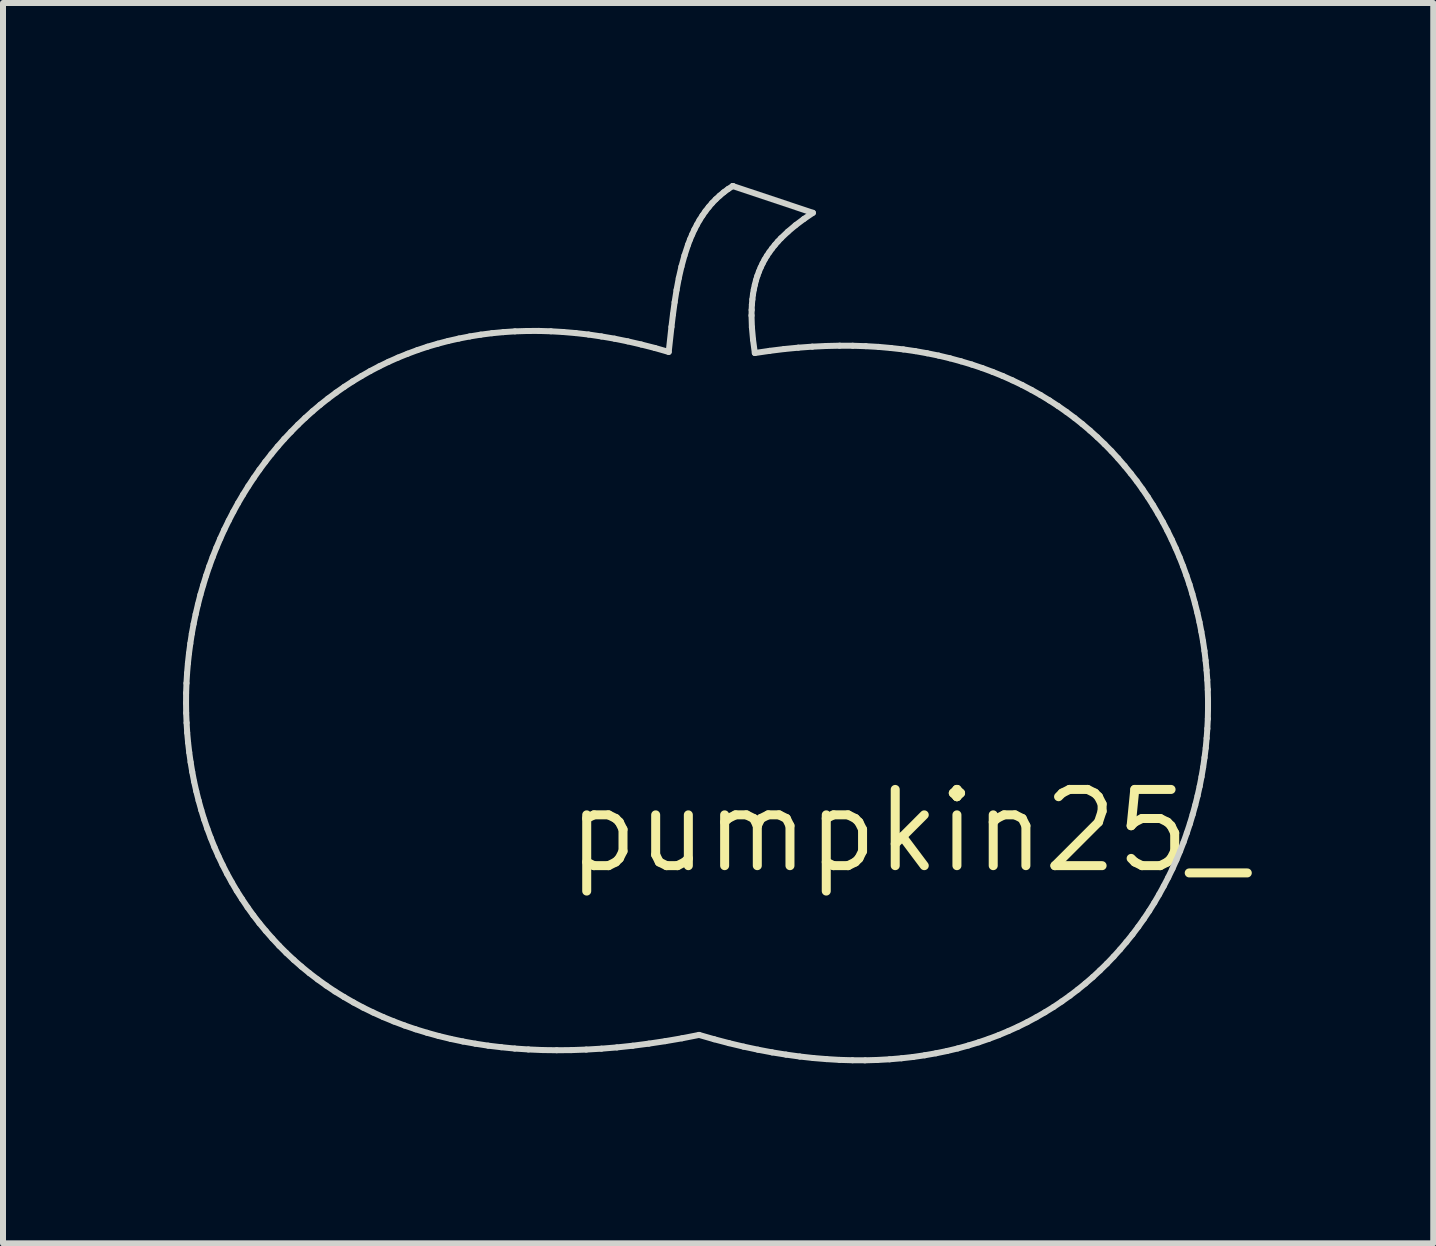
<source format=kicad_pcb>
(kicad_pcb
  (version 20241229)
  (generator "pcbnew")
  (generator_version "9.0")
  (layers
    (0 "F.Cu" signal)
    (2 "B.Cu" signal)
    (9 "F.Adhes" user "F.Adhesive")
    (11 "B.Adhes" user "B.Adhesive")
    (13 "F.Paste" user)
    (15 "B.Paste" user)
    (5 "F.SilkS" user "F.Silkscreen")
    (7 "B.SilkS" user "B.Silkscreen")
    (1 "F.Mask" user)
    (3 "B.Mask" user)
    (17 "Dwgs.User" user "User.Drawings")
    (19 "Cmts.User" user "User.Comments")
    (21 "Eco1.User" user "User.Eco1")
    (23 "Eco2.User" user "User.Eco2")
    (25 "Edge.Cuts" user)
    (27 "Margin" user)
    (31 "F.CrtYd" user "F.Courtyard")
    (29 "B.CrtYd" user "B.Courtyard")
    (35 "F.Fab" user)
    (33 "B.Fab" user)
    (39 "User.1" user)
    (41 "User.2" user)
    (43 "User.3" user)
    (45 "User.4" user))
  (footprint "pumpkin25_"
    (layer "F.Cu")
    (at 12.078 10.794)
    (property "Reference" "pumpkin25_" (at 0 0 0) (layer "F.SilkS") (effects (font (size 1.27 1.27) (thickness 0.15))))
    (attr through_hole)
    (fp_line (start -12.028 -2.13) (end -12.026 -1.965) (stroke (width 0.1) (type solid)) (layer "Edge.Cuts"))
    (fp_line (start -12.027 -2.296) (end -12.028 -2.13) (stroke (width 0.1) (type solid)) (layer "Edge.Cuts"))
    (fp_line (start -12.026 -1.965) (end -12.019 -1.8) (stroke (width 0.1) (type solid)) (layer "Edge.Cuts"))
    (fp_line (start -12.021 -2.461) (end -12.027 -2.296) (stroke (width 0.1) (type solid)) (layer "Edge.Cuts"))
    (fp_line (start -12.019 -1.8) (end -12.009 -1.636) (stroke (width 0.1) (type solid)) (layer "Edge.Cuts"))
    (fp_line (start -12.011 -2.627) (end -12.021 -2.461) (stroke (width 0.1) (type solid)) (layer "Edge.Cuts"))
    (fp_line (start -12.009 -1.636) (end -11.994 -1.471) (stroke (width 0.1) (type solid)) (layer "Edge.Cuts"))
    (fp_line (start -11.997 -2.792) (end -12.011 -2.627) (stroke (width 0.1) (type solid)) (layer "Edge.Cuts"))
    (fp_line (start -11.994 -1.471) (end -11.975 -1.308) (stroke (width 0.1) (type solid)) (layer "Edge.Cuts"))
    (fp_line (start -11.979 -2.957) (end -11.997 -2.792) (stroke (width 0.1) (type solid)) (layer "Edge.Cuts"))
    (fp_line (start -11.975 -1.308) (end -11.952 -1.145) (stroke (width 0.1) (type solid)) (layer "Edge.Cuts"))
    (fp_line (start -11.957 -3.121) (end -11.979 -2.957) (stroke (width 0.1) (type solid)) (layer "Edge.Cuts"))
    (fp_line (start -11.952 -1.145) (end -11.925 -0.983) (stroke (width 0.1) (type solid)) (layer "Edge.Cuts"))
    (fp_line (start -11.932 -3.285) (end -11.957 -3.121) (stroke (width 0.1) (type solid)) (layer "Edge.Cuts"))
    (fp_line (start -11.925 -0.983) (end -11.894 -0.822) (stroke (width 0.1) (type solid)) (layer "Edge.Cuts"))
    (fp_line (start -11.902 -3.448) (end -11.932 -3.285) (stroke (width 0.1) (type solid)) (layer "Edge.Cuts"))
    (fp_line (start -11.894 -0.822) (end -11.858 -0.662) (stroke (width 0.1) (type solid)) (layer "Edge.Cuts"))
    (fp_line (start -11.868 -3.61) (end -11.902 -3.448) (stroke (width 0.1) (type solid)) (layer "Edge.Cuts"))
    (fp_line (start -11.858 -0.662) (end -11.818 -0.503) (stroke (width 0.1) (type solid)) (layer "Edge.Cuts"))
    (fp_line (start -11.83 -3.772) (end -11.868 -3.61) (stroke (width 0.1) (type solid)) (layer "Edge.Cuts"))
    (fp_line (start -11.818 -0.503) (end -11.774 -0.345) (stroke (width 0.1) (type solid)) (layer "Edge.Cuts"))
    (fp_line (start -11.789 -3.933) (end -11.83 -3.772) (stroke (width 0.1) (type solid)) (layer "Edge.Cuts"))
    (fp_line (start -11.774 -0.345) (end -11.726 -0.189) (stroke (width 0.1) (type solid)) (layer "Edge.Cuts"))
    (fp_line (start -11.743 -4.092) (end -11.789 -3.933) (stroke (width 0.1) (type solid)) (layer "Edge.Cuts"))
    (fp_line (start -11.726 -0.189) (end -11.673 -0.034) (stroke (width 0.1) (type solid)) (layer "Edge.Cuts"))
    (fp_line (start -11.694 -4.251) (end -11.743 -4.092) (stroke (width 0.1) (type solid)) (layer "Edge.Cuts"))
    (fp_line (start -11.673 -0.034) (end -11.616 0.119) (stroke (width 0.1) (type solid)) (layer "Edge.Cuts"))
    (fp_line (start -11.641 -4.408) (end -11.694 -4.251) (stroke (width 0.1) (type solid)) (layer "Edge.Cuts"))
    (fp_line (start -11.616 0.119) (end -11.555 0.271) (stroke (width 0.1) (type solid)) (layer "Edge.Cuts"))
    (fp_line (start -11.584 -4.563) (end -11.641 -4.408) (stroke (width 0.1) (type solid)) (layer "Edge.Cuts"))
    (fp_line (start -11.555 0.271) (end -11.489 0.42) (stroke (width 0.1) (type solid)) (layer "Edge.Cuts"))
    (fp_line (start -11.523 -4.717) (end -11.584 -4.563) (stroke (width 0.1) (type solid)) (layer "Edge.Cuts"))
    (fp_line (start -11.489 0.42) (end -11.419 0.568) (stroke (width 0.1) (type solid)) (layer "Edge.Cuts"))
    (fp_line (start -11.458 -4.87) (end -11.523 -4.717) (stroke (width 0.1) (type solid)) (layer "Edge.Cuts"))
    (fp_line (start -11.419 0.568) (end -11.345 0.714) (stroke (width 0.1) (type solid)) (layer "Edge.Cuts"))
    (fp_line (start -11.39 -5.02) (end -11.458 -4.87) (stroke (width 0.1) (type solid)) (layer "Edge.Cuts"))
    (fp_line (start -11.345 0.714) (end -11.266 0.857) (stroke (width 0.1) (type solid)) (layer "Edge.Cuts"))
    (fp_line (start -11.317 -5.169) (end -11.39 -5.02) (stroke (width 0.1) (type solid)) (layer "Edge.Cuts"))
    (fp_line (start -11.266 0.857) (end -11.183 0.999) (stroke (width 0.1) (type solid)) (layer "Edge.Cuts"))
    (fp_line (start -11.241 -5.316) (end -11.317 -5.169) (stroke (width 0.1) (type solid)) (layer "Edge.Cuts"))
    (fp_line (start -11.183 0.999) (end -11.095 1.137) (stroke (width 0.1) (type solid)) (layer "Edge.Cuts"))
    (fp_line (start -11.162 -5.46) (end -11.241 -5.316) (stroke (width 0.1) (type solid)) (layer "Edge.Cuts"))
    (fp_line (start -11.095 1.137) (end -11.003 1.274) (stroke (width 0.1) (type solid)) (layer "Edge.Cuts"))
    (fp_line (start -11.078 -5.603) (end -11.162 -5.46) (stroke (width 0.1) (type solid)) (layer "Edge.Cuts"))
    (fp_line (start -11.003 1.274) (end -10.907 1.408) (stroke (width 0.1) (type solid)) (layer "Edge.Cuts"))
    (fp_line (start -10.991 -5.743) (end -11.078 -5.603) (stroke (width 0.1) (type solid)) (layer "Edge.Cuts"))
    (fp_line (start -10.907 1.408) (end -10.806 1.539) (stroke (width 0.1) (type solid)) (layer "Edge.Cuts"))
    (fp_line (start -10.9 -5.881) (end -10.991 -5.743) (stroke (width 0.1) (type solid)) (layer "Edge.Cuts"))
    (fp_line (start -10.806 -6.016) (end -10.9 -5.881) (stroke (width 0.1) (type solid)) (layer "Edge.Cuts"))
    (fp_line (start -10.806 1.539) (end -10.7 1.667) (stroke (width 0.1) (type solid)) (layer "Edge.Cuts"))
    (fp_line (start -10.708 -6.148) (end -10.806 -6.016) (stroke (width 0.1) (type solid)) (layer "Edge.Cuts"))
    (fp_line (start -10.7 1.667) (end -10.59 1.792) (stroke (width 0.1) (type solid)) (layer "Edge.Cuts"))
    (fp_line (start -10.606 -6.278) (end -10.708 -6.148) (stroke (width 0.1) (type solid)) (layer "Edge.Cuts"))
    (fp_line (start -10.59 1.792) (end -10.476 1.915) (stroke (width 0.1) (type solid)) (layer "Edge.Cuts"))
    (fp_line (start -10.501 -6.405) (end -10.606 -6.278) (stroke (width 0.1) (type solid)) (layer "Edge.Cuts"))
    (fp_line (start -10.476 1.915) (end -10.357 2.034) (stroke (width 0.1) (type solid)) (layer "Edge.Cuts"))
    (fp_line (start -10.392 -6.529) (end -10.501 -6.405) (stroke (width 0.1) (type solid)) (layer "Edge.Cuts"))
    (fp_line (start -10.357 2.034) (end -10.233 2.15) (stroke (width 0.1) (type solid)) (layer "Edge.Cuts"))
    (fp_line (start -10.279 -6.649) (end -10.392 -6.529) (stroke (width 0.1) (type solid)) (layer "Edge.Cuts"))
    (fp_line (start -10.233 2.15) (end -10.105 2.262) (stroke (width 0.1) (type solid)) (layer "Edge.Cuts"))
    (fp_line (start -10.163 -6.767) (end -10.279 -6.649) (stroke (width 0.1) (type solid)) (layer "Edge.Cuts"))
    (fp_line (start -10.105 2.262) (end -9.972 2.371) (stroke (width 0.1) (type solid)) (layer "Edge.Cuts"))
    (fp_line (start -10.043 -6.881) (end -10.163 -6.767) (stroke (width 0.1) (type solid)) (layer "Edge.Cuts"))
    (fp_line (start -9.972 2.371) (end -9.834 2.476) (stroke (width 0.1) (type solid)) (layer "Edge.Cuts"))
    (fp_line (start -9.92 -6.992) (end -10.043 -6.881) (stroke (width 0.1) (type solid)) (layer "Edge.Cuts"))
    (fp_line (start -9.834 2.476) (end -9.692 2.578) (stroke (width 0.1) (type solid)) (layer "Edge.Cuts"))
    (fp_line (start -9.793 -7.099) (end -9.92 -6.992) (stroke (width 0.1) (type solid)) (layer "Edge.Cuts"))
    (fp_line (start -9.692 2.578) (end -9.546 2.676) (stroke (width 0.1) (type solid)) (layer "Edge.Cuts"))
    (fp_line (start -9.663 -7.202) (end -9.793 -7.099) (stroke (width 0.1) (type solid)) (layer "Edge.Cuts"))
    (fp_line (start -9.546 2.676) (end -9.394 2.769) (stroke (width 0.1) (type solid)) (layer "Edge.Cuts"))
    (fp_line (start -9.529 -7.302) (end -9.663 -7.202) (stroke (width 0.1) (type solid)) (layer "Edge.Cuts"))
    (fp_line (start -9.394 2.769) (end -9.238 2.859) (stroke (width 0.1) (type solid)) (layer "Edge.Cuts"))
    (fp_line (start -9.392 -7.398) (end -9.529 -7.302) (stroke (width 0.1) (type solid)) (layer "Edge.Cuts"))
    (fp_line (start -9.251 -7.49) (end -9.392 -7.398) (stroke (width 0.1) (type solid)) (layer "Edge.Cuts"))
    (fp_line (start -9.238 2.859) (end -9.078 2.945) (stroke (width 0.1) (type solid)) (layer "Edge.Cuts"))
    (fp_line (start -9.107 -7.577) (end -9.251 -7.49) (stroke (width 0.1) (type solid)) (layer "Edge.Cuts"))
    (fp_line (start -9.078 2.945) (end -8.912 3.026) (stroke (width 0.1) (type solid)) (layer "Edge.Cuts"))
    (fp_line (start -8.96 -7.661) (end -9.107 -7.577) (stroke (width 0.1) (type solid)) (layer "Edge.Cuts"))
    (fp_line (start -8.912 3.026) (end -8.742 3.103) (stroke (width 0.1) (type solid)) (layer "Edge.Cuts"))
    (fp_line (start -8.809 -7.74) (end -8.96 -7.661) (stroke (width 0.1) (type solid)) (layer "Edge.Cuts"))
    (fp_line (start -8.742 3.103) (end -8.567 3.175) (stroke (width 0.1) (type solid)) (layer "Edge.Cuts"))
    (fp_line (start -8.655 -7.815) (end -8.809 -7.74) (stroke (width 0.1) (type solid)) (layer "Edge.Cuts"))
    (fp_line (start -8.567 3.175) (end -8.387 3.243) (stroke (width 0.1) (type solid)) (layer "Edge.Cuts"))
    (fp_line (start -8.497 -7.885) (end -8.655 -7.815) (stroke (width 0.1) (type solid)) (layer "Edge.Cuts"))
    (fp_line (start -8.387 3.243) (end -8.203 3.306) (stroke (width 0.1) (type solid)) (layer "Edge.Cuts"))
    (fp_line (start -8.336 -7.95) (end -8.497 -7.885) (stroke (width 0.1) (type solid)) (layer "Edge.Cuts"))
    (fp_line (start -8.203 3.306) (end -8.013 3.364) (stroke (width 0.1) (type solid)) (layer "Edge.Cuts"))
    (fp_line (start -8.172 -8.011) (end -8.336 -7.95) (stroke (width 0.1) (type solid)) (layer "Edge.Cuts"))
    (fp_line (start -8.013 3.364) (end -7.819 3.418) (stroke (width 0.1) (type solid)) (layer "Edge.Cuts"))
    (fp_line (start -8.005 -8.067) (end -8.172 -8.011) (stroke (width 0.1) (type solid)) (layer "Edge.Cuts"))
    (fp_line (start -7.834 -8.117) (end -8.005 -8.067) (stroke (width 0.1) (type solid)) (layer "Edge.Cuts"))
    (fp_line (start -7.819 3.418) (end -7.62 3.466) (stroke (width 0.1) (type solid)) (layer "Edge.Cuts"))
    (fp_line (start -7.66 -8.163) (end -7.834 -8.117) (stroke (width 0.1) (type solid)) (layer "Edge.Cuts"))
    (fp_line (start -7.62 3.466) (end -7.416 3.509) (stroke (width 0.1) (type solid)) (layer "Edge.Cuts"))
    (fp_line (start -7.482 -8.203) (end -7.66 -8.163) (stroke (width 0.1) (type solid)) (layer "Edge.Cuts"))
    (fp_line (start -7.416 3.509) (end -7.208 3.546) (stroke (width 0.1) (type solid)) (layer "Edge.Cuts"))
    (fp_line (start -7.302 -8.238) (end -7.482 -8.203) (stroke (width 0.1) (type solid)) (layer "Edge.Cuts"))
    (fp_line (start -7.208 3.546) (end -6.994 3.579) (stroke (width 0.1) (type solid)) (layer "Edge.Cuts"))
    (fp_line (start -7.118 -8.268) (end -7.302 -8.238) (stroke (width 0.1) (type solid)) (layer "Edge.Cuts"))
    (fp_line (start -6.994 3.579) (end -6.775 3.605) (stroke (width 0.1) (type solid)) (layer "Edge.Cuts"))
    (fp_line (start -6.931 -8.292) (end -7.118 -8.268) (stroke (width 0.1) (type solid)) (layer "Edge.Cuts"))
    (fp_line (start -6.775 3.605) (end -6.552 3.627) (stroke (width 0.1) (type solid)) (layer "Edge.Cuts"))
    (fp_line (start -6.741 -8.31) (end -6.931 -8.292) (stroke (width 0.1) (type solid)) (layer "Edge.Cuts"))
    (fp_line (start -6.552 3.627) (end -6.324 3.642) (stroke (width 0.1) (type solid)) (layer "Edge.Cuts"))
    (fp_line (start -6.548 -8.323) (end -6.741 -8.31) (stroke (width 0.1) (type solid)) (layer "Edge.Cuts"))
    (fp_line (start -6.351 -8.329) (end -6.548 -8.323) (stroke (width 0.1) (type solid)) (layer "Edge.Cuts"))
    (fp_line (start -6.324 3.642) (end -6.09 3.652) (stroke (width 0.1) (type solid)) (layer "Edge.Cuts"))
    (fp_line (start -6.151 -8.33) (end -6.351 -8.329) (stroke (width 0.1) (type solid)) (layer "Edge.Cuts"))
    (fp_line (start -6.09 3.652) (end -5.852 3.655) (stroke (width 0.1) (type solid)) (layer "Edge.Cuts"))
    (fp_line (start -5.949 -8.324) (end -6.151 -8.33) (stroke (width 0.1) (type solid)) (layer "Edge.Cuts"))
    (fp_line (start -5.852 3.655) (end -5.609 3.653) (stroke (width 0.1) (type solid)) (layer "Edge.Cuts"))
    (fp_line (start -5.743 -8.312) (end -5.949 -8.324) (stroke (width 0.1) (type solid)) (layer "Edge.Cuts"))
    (fp_line (start -5.609 3.653) (end -5.36 3.644) (stroke (width 0.1) (type solid)) (layer "Edge.Cuts"))
    (fp_line (start -5.534 -8.294) (end -5.743 -8.312) (stroke (width 0.1) (type solid)) (layer "Edge.Cuts"))
    (fp_line (start -5.36 3.644) (end -5.107 3.629) (stroke (width 0.1) (type solid)) (layer "Edge.Cuts"))
    (fp_line (start -5.322 -8.27) (end -5.534 -8.294) (stroke (width 0.1) (type solid)) (layer "Edge.Cuts"))
    (fp_line (start -5.107 3.629) (end -4.849 3.608) (stroke (width 0.1) (type solid)) (layer "Edge.Cuts"))
    (fp_line (start -5.107 -8.238) (end -5.322 -8.27) (stroke (width 0.1) (type solid)) (layer "Edge.Cuts"))
    (fp_line (start -4.889 -8.201) (end -5.107 -8.238) (stroke (width 0.1) (type solid)) (layer "Edge.Cuts"))
    (fp_line (start -4.849 3.608) (end -4.585 3.58) (stroke (width 0.1) (type solid)) (layer "Edge.Cuts"))
    (fp_line (start -4.668 -8.156) (end -4.889 -8.201) (stroke (width 0.1) (type solid)) (layer "Edge.Cuts"))
    (fp_line (start -4.585 3.58) (end -4.317 3.545) (stroke (width 0.1) (type solid)) (layer "Edge.Cuts"))
    (fp_line (start -4.444 -8.104) (end -4.668 -8.156) (stroke (width 0.1) (type solid)) (layer "Edge.Cuts"))
    (fp_line (start -4.317 3.545) (end -4.043 3.504) (stroke (width 0.1) (type solid)) (layer "Edge.Cuts"))
    (fp_line (start -4.216 -8.046) (end -4.444 -8.104) (stroke (width 0.1) (type solid)) (layer "Edge.Cuts"))
    (fp_line (start -4.043 3.504) (end -3.764 3.456) (stroke (width 0.1) (type solid)) (layer "Edge.Cuts"))
    (fp_line (start -3.986 -7.98) (end -4.216 -8.046) (stroke (width 0.1) (type solid)) (layer "Edge.Cuts"))
    (fp_line (start -3.94 -8.398) (end -3.986 -7.98) (stroke (width 0.1) (type solid)) (layer "Edge.Cuts"))
    (fp_line (start -3.915 -8.605) (end -3.94 -8.398) (stroke (width 0.1) (type solid)) (layer "Edge.Cuts"))
    (fp_line (start -3.887 -8.81) (end -3.915 -8.605) (stroke (width 0.1) (type solid)) (layer "Edge.Cuts"))
    (fp_line (start -3.855 -9.012) (end -3.887 -8.81) (stroke (width 0.1) (type solid)) (layer "Edge.Cuts"))
    (fp_line (start -3.818 -9.209) (end -3.855 -9.012) (stroke (width 0.1) (type solid)) (layer "Edge.Cuts"))
    (fp_line (start -3.774 -9.401) (end -3.818 -9.209) (stroke (width 0.1) (type solid)) (layer "Edge.Cuts"))
    (fp_line (start -3.764 3.456) (end -3.48 3.4) (stroke (width 0.1) (type solid)) (layer "Edge.Cuts"))
    (fp_line (start -3.723 -9.587) (end -3.774 -9.401) (stroke (width 0.1) (type solid)) (layer "Edge.Cuts"))
    (fp_line (start -3.664 -9.766) (end -3.723 -9.587) (stroke (width 0.1) (type solid)) (layer "Edge.Cuts"))
    (fp_line (start -3.631 -9.853) (end -3.664 -9.766) (stroke (width 0.1) (type solid)) (layer "Edge.Cuts"))
    (fp_line (start -3.595 -9.937) (end -3.631 -9.853) (stroke (width 0.1) (type solid)) (layer "Edge.Cuts"))
    (fp_line (start -3.557 -10.02) (end -3.595 -9.937) (stroke (width 0.1) (type solid)) (layer "Edge.Cuts"))
    (fp_line (start -3.516 -10.099) (end -3.557 -10.02) (stroke (width 0.1) (type solid)) (layer "Edge.Cuts"))
    (fp_line (start -3.48 3.4) (end -3.229 3.472) (stroke (width 0.1) (type solid)) (layer "Edge.Cuts"))
    (fp_line (start -3.472 -10.177) (end -3.516 -10.099) (stroke (width 0.1) (type solid)) (layer "Edge.Cuts"))
    (fp_line (start -3.424 -10.252) (end -3.472 -10.177) (stroke (width 0.1) (type solid)) (layer "Edge.Cuts"))
    (fp_line (start -3.374 -10.324) (end -3.424 -10.252) (stroke (width 0.1) (type solid)) (layer "Edge.Cuts"))
    (fp_line (start -3.32 -10.393) (end -3.374 -10.324) (stroke (width 0.1) (type solid)) (layer "Edge.Cuts"))
    (fp_line (start -3.263 -10.46) (end -3.32 -10.393) (stroke (width 0.1) (type solid)) (layer "Edge.Cuts"))
    (fp_line (start -3.229 3.472) (end -2.982 3.537) (stroke (width 0.1) (type solid)) (layer "Edge.Cuts"))
    (fp_line (start -3.202 -10.523) (end -3.263 -10.46) (stroke (width 0.1) (type solid)) (layer "Edge.Cuts"))
    (fp_line (start -3.137 -10.583) (end -3.202 -10.523) (stroke (width 0.1) (type solid)) (layer "Edge.Cuts"))
    (fp_line (start -3.069 -10.64) (end -3.137 -10.583) (stroke (width 0.1) (type solid)) (layer "Edge.Cuts"))
    (fp_line (start -2.996 -10.694) (end -3.069 -10.64) (stroke (width 0.1) (type solid)) (layer "Edge.Cuts"))
    (fp_line (start -2.982 3.537) (end -2.739 3.595) (stroke (width 0.1) (type solid)) (layer "Edge.Cuts"))
    (fp_line (start -2.919 -10.744) (end -2.996 -10.694) (stroke (width 0.1) (type solid)) (layer "Edge.Cuts"))
    (fp_line (start -2.919 -10.744) (end -2.919 -10.744) (stroke (width 0.1) (type solid)) (layer "Edge.Cuts"))
    (fp_line (start -2.919 -10.744) (end -2.919 -10.744) (stroke (width 0.1) (type solid)) (layer "Edge.Cuts"))
    (fp_line (start -2.739 3.595) (end -2.499 3.646) (stroke (width 0.1) (type solid)) (layer "Edge.Cuts"))
    (fp_line (start -2.606 -8.587) (end -2.604 -8.68) (stroke (width 0.1) (type solid)) (layer "Edge.Cuts"))
    (fp_line (start -2.604 -8.68) (end -2.6 -8.769) (stroke (width 0.1) (type solid)) (layer "Edge.Cuts"))
    (fp_line (start -2.6 -8.769) (end -2.592 -8.855) (stroke (width 0.1) (type solid)) (layer "Edge.Cuts"))
    (fp_line (start -2.6 -8.393) (end -2.606 -8.587) (stroke (width 0.1) (type solid)) (layer "Edge.Cuts"))
    (fp_line (start -2.592 -8.855) (end -2.582 -8.938) (stroke (width 0.1) (type solid)) (layer "Edge.Cuts"))
    (fp_line (start -2.582 -8.938) (end -2.568 -9.019) (stroke (width 0.1) (type solid)) (layer "Edge.Cuts"))
    (fp_line (start -2.581 -8.185) (end -2.6 -8.393) (stroke (width 0.1) (type solid)) (layer "Edge.Cuts"))
    (fp_line (start -2.568 -9.019) (end -2.551 -9.097) (stroke (width 0.1) (type solid)) (layer "Edge.Cuts"))
    (fp_line (start -2.551 -9.097) (end -2.532 -9.173) (stroke (width 0.1) (type solid)) (layer "Edge.Cuts"))
    (fp_line (start -2.551 -7.962) (end -2.581 -8.185) (stroke (width 0.1) (type solid)) (layer "Edge.Cuts"))
    (fp_line (start -2.532 -9.173) (end -2.509 -9.246) (stroke (width 0.1) (type solid)) (layer "Edge.Cuts"))
    (fp_line (start -2.509 -9.246) (end -2.483 -9.317) (stroke (width 0.1) (type solid)) (layer "Edge.Cuts"))
    (fp_line (start -2.499 3.646) (end -2.263 3.691) (stroke (width 0.1) (type solid)) (layer "Edge.Cuts"))
    (fp_line (start -2.483 -9.317) (end -2.454 -9.386) (stroke (width 0.1) (type solid)) (layer "Edge.Cuts"))
    (fp_line (start -2.454 -9.386) (end -2.422 -9.453) (stroke (width 0.1) (type solid)) (layer "Edge.Cuts"))
    (fp_line (start -2.422 -9.453) (end -2.388 -9.518) (stroke (width 0.1) (type solid)) (layer "Edge.Cuts"))
    (fp_line (start -2.388 -9.518) (end -2.35 -9.581) (stroke (width 0.1) (type solid)) (layer "Edge.Cuts"))
    (fp_line (start -2.35 -9.581) (end -2.309 -9.642) (stroke (width 0.1) (type solid)) (layer "Edge.Cuts"))
    (fp_line (start -2.309 -9.642) (end -2.265 -9.702) (stroke (width 0.1) (type solid)) (layer "Edge.Cuts"))
    (fp_line (start -2.305 -7.998) (end -2.551 -7.962) (stroke (width 0.1) (type solid)) (layer "Edge.Cuts"))
    (fp_line (start -2.265 -9.702) (end -2.218 -9.761) (stroke (width 0.1) (type solid)) (layer "Edge.Cuts"))
    (fp_line (start -2.263 3.691) (end -2.031 3.728) (stroke (width 0.1) (type solid)) (layer "Edge.Cuts"))
    (fp_line (start -2.218 -9.761) (end -2.168 -9.819) (stroke (width 0.1) (type solid)) (layer "Edge.Cuts"))
    (fp_line (start -2.168 -9.819) (end -2.115 -9.875) (stroke (width 0.1) (type solid)) (layer "Edge.Cuts"))
    (fp_line (start -2.115 -9.875) (end -2 -9.984) (stroke (width 0.1) (type solid)) (layer "Edge.Cuts"))
    (fp_line (start -2.064 -8.028) (end -2.305 -7.998) (stroke (width 0.1) (type solid)) (layer "Edge.Cuts"))
    (fp_line (start -2.031 3.728) (end -1.802 3.76) (stroke (width 0.1) (type solid)) (layer "Edge.Cuts"))
    (fp_line (start -2 -9.984) (end -1.873 -10.091) (stroke (width 0.1) (type solid)) (layer "Edge.Cuts"))
    (fp_line (start -1.873 -10.091) (end -1.734 -10.195) (stroke (width 0.1) (type solid)) (layer "Edge.Cuts"))
    (fp_line (start -1.827 -8.051) (end -2.064 -8.028) (stroke (width 0.1) (type solid)) (layer "Edge.Cuts"))
    (fp_line (start -1.802 3.76) (end -1.577 3.785) (stroke (width 0.1) (type solid)) (layer "Edge.Cuts"))
    (fp_line (start -1.734 -10.195) (end -1.583 -10.298) (stroke (width 0.1) (type solid)) (layer "Edge.Cuts"))
    (fp_line (start -1.593 -8.068) (end -1.827 -8.051) (stroke (width 0.1) (type solid)) (layer "Edge.Cuts"))
    (fp_line (start -1.583 -10.298) (end -2.919 -10.744) (stroke (width 0.1) (type solid)) (layer "Edge.Cuts"))
    (fp_line (start -1.577 3.785) (end -1.356 3.803) (stroke (width 0.1) (type solid)) (layer "Edge.Cuts"))
    (fp_line (start -1.364 -8.079) (end -1.593 -8.068) (stroke (width 0.1) (type solid)) (layer "Edge.Cuts"))
    (fp_line (start -1.356 3.803) (end -1.138 3.816) (stroke (width 0.1) (type solid)) (layer "Edge.Cuts"))
    (fp_line (start -1.139 -8.084) (end -1.364 -8.079) (stroke (width 0.1) (type solid)) (layer "Edge.Cuts"))
    (fp_line (start -1.138 3.816) (end -0.924 3.822) (stroke (width 0.1) (type solid)) (layer "Edge.Cuts"))
    (fp_line (start -0.924 3.822) (end -0.714 3.823) (stroke (width 0.1) (type solid)) (layer "Edge.Cuts"))
    (fp_line (start -0.919 -8.083) (end -1.139 -8.084) (stroke (width 0.1) (type solid)) (layer "Edge.Cuts"))
    (fp_line (start -0.714 3.823) (end -0.508 3.817) (stroke (width 0.1) (type solid)) (layer "Edge.Cuts"))
    (fp_line (start -0.702 -8.076) (end -0.919 -8.083) (stroke (width 0.1) (type solid)) (layer "Edge.Cuts"))
    (fp_line (start -0.508 3.817) (end -0.306 3.806) (stroke (width 0.1) (type solid)) (layer "Edge.Cuts"))
    (fp_line (start -0.489 -8.064) (end -0.702 -8.076) (stroke (width 0.1) (type solid)) (layer "Edge.Cuts"))
    (fp_line (start -0.306 3.806) (end -0.107 3.789) (stroke (width 0.1) (type solid)) (layer "Edge.Cuts"))
    (fp_line (start -0.281 -8.045) (end -0.489 -8.064) (stroke (width 0.1) (type solid)) (layer "Edge.Cuts"))
    (fp_line (start -0.107 3.789) (end 0.088 3.767) (stroke (width 0.1) (type solid)) (layer "Edge.Cuts"))
    (fp_line (start -0.076 -8.022) (end -0.281 -8.045) (stroke (width 0.1) (type solid)) (layer "Edge.Cuts"))
    (fp_line (start 0.088 3.767) (end 0.28 3.739) (stroke (width 0.1) (type solid)) (layer "Edge.Cuts"))
    (fp_line (start 0.124 -7.993) (end -0.076 -8.022) (stroke (width 0.1) (type solid)) (layer "Edge.Cuts"))
    (fp_line (start 0.28 3.739) (end 0.467 3.706) (stroke (width 0.1) (type solid)) (layer "Edge.Cuts"))
    (fp_line (start 0.32 -7.958) (end 0.124 -7.993) (stroke (width 0.1) (type solid)) (layer "Edge.Cuts"))
    (fp_line (start 0.467 3.706) (end 0.651 3.668) (stroke (width 0.1) (type solid)) (layer "Edge.Cuts"))
    (fp_line (start 0.512 -7.919) (end 0.32 -7.958) (stroke (width 0.1) (type solid)) (layer "Edge.Cuts"))
    (fp_line (start 0.651 3.668) (end 0.831 3.625) (stroke (width 0.1) (type solid)) (layer "Edge.Cuts"))
    (fp_line (start 0.7 -7.874) (end 0.512 -7.919) (stroke (width 0.1) (type solid)) (layer "Edge.Cuts"))
    (fp_line (start 0.831 3.625) (end 1.008 3.576) (stroke (width 0.1) (type solid)) (layer "Edge.Cuts"))
    (fp_line (start 0.884 -7.824) (end 0.7 -7.874) (stroke (width 0.1) (type solid)) (layer "Edge.Cuts"))
    (fp_line (start 1.008 3.576) (end 1.18 3.523) (stroke (width 0.1) (type solid)) (layer "Edge.Cuts"))
    (fp_line (start 1.064 -7.77) (end 0.884 -7.824) (stroke (width 0.1) (type solid)) (layer "Edge.Cuts"))
    (fp_line (start 1.18 3.523) (end 1.349 3.465) (stroke (width 0.1) (type solid)) (layer "Edge.Cuts"))
    (fp_line (start 1.24 -7.711) (end 1.064 -7.77) (stroke (width 0.1) (type solid)) (layer "Edge.Cuts"))
    (fp_line (start 1.349 3.465) (end 1.514 3.403) (stroke (width 0.1) (type solid)) (layer "Edge.Cuts"))
    (fp_line (start 1.412 -7.647) (end 1.24 -7.711) (stroke (width 0.1) (type solid)) (layer "Edge.Cuts"))
    (fp_line (start 1.514 3.403) (end 1.676 3.335) (stroke (width 0.1) (type solid)) (layer "Edge.Cuts"))
    (fp_line (start 1.58 -7.579) (end 1.412 -7.647) (stroke (width 0.1) (type solid)) (layer "Edge.Cuts"))
    (fp_line (start 1.676 3.335) (end 1.833 3.264) (stroke (width 0.1) (type solid)) (layer "Edge.Cuts"))
    (fp_line (start 1.743 -7.506) (end 1.58 -7.579) (stroke (width 0.1) (type solid)) (layer "Edge.Cuts"))
    (fp_line (start 1.833 3.264) (end 1.987 3.188) (stroke (width 0.1) (type solid)) (layer "Edge.Cuts"))
    (fp_line (start 1.903 -7.429) (end 1.743 -7.506) (stroke (width 0.1) (type solid)) (layer "Edge.Cuts"))
    (fp_line (start 1.987 3.188) (end 2.137 3.107) (stroke (width 0.1) (type solid)) (layer "Edge.Cuts"))
    (fp_line (start 2.059 -7.347) (end 1.903 -7.429) (stroke (width 0.1) (type solid)) (layer "Edge.Cuts"))
    (fp_line (start 2.137 3.107) (end 2.283 3.023) (stroke (width 0.1) (type solid)) (layer "Edge.Cuts"))
    (fp_line (start 2.21 -7.262) (end 2.059 -7.347) (stroke (width 0.1) (type solid)) (layer "Edge.Cuts"))
    (fp_line (start 2.283 3.023) (end 2.426 2.935) (stroke (width 0.1) (type solid)) (layer "Edge.Cuts"))
    (fp_line (start 2.358 -7.172) (end 2.21 -7.262) (stroke (width 0.1) (type solid)) (layer "Edge.Cuts"))
    (fp_line (start 2.426 2.935) (end 2.564 2.842) (stroke (width 0.1) (type solid)) (layer "Edge.Cuts"))
    (fp_line (start 2.501 -7.079) (end 2.358 -7.172) (stroke (width 0.1) (type solid)) (layer "Edge.Cuts"))
    (fp_line (start 2.564 2.842) (end 2.699 2.746) (stroke (width 0.1) (type solid)) (layer "Edge.Cuts"))
    (fp_line (start 2.64 -6.982) (end 2.501 -7.079) (stroke (width 0.1) (type solid)) (layer "Edge.Cuts"))
    (fp_line (start 2.699 2.746) (end 2.83 2.646) (stroke (width 0.1) (type solid)) (layer "Edge.Cuts"))
    (fp_line (start 2.776 -6.881) (end 2.64 -6.982) (stroke (width 0.1) (type solid)) (layer "Edge.Cuts"))
    (fp_line (start 2.83 2.646) (end 2.957 2.543) (stroke (width 0.1) (type solid)) (layer "Edge.Cuts"))
    (fp_line (start 2.907 -6.777) (end 2.776 -6.881) (stroke (width 0.1) (type solid)) (layer "Edge.Cuts"))
    (fp_line (start 2.957 2.543) (end 3.081 2.436) (stroke (width 0.1) (type solid)) (layer "Edge.Cuts"))
    (fp_line (start 3.034 -6.669) (end 2.907 -6.777) (stroke (width 0.1) (type solid)) (layer "Edge.Cuts"))
    (fp_line (start 3.081 2.436) (end 3.2 2.325) (stroke (width 0.1) (type solid)) (layer "Edge.Cuts"))
    (fp_line (start 3.157 -6.558) (end 3.034 -6.669) (stroke (width 0.1) (type solid)) (layer "Edge.Cuts"))
    (fp_line (start 3.2 2.325) (end 3.316 2.212) (stroke (width 0.1) (type solid)) (layer "Edge.Cuts"))
    (fp_line (start 3.277 -6.443) (end 3.157 -6.558) (stroke (width 0.1) (type solid)) (layer "Edge.Cuts"))
    (fp_line (start 3.316 2.212) (end 3.428 2.095) (stroke (width 0.1) (type solid)) (layer "Edge.Cuts"))
    (fp_line (start 3.392 -6.326) (end 3.277 -6.443) (stroke (width 0.1) (type solid)) (layer "Edge.Cuts"))
    (fp_line (start 3.428 2.095) (end 3.536 1.975) (stroke (width 0.1) (type solid)) (layer "Edge.Cuts"))
    (fp_line (start 3.503 -6.205) (end 3.392 -6.326) (stroke (width 0.1) (type solid)) (layer "Edge.Cuts"))
    (fp_line (start 3.536 1.975) (end 3.64 1.852) (stroke (width 0.1) (type solid)) (layer "Edge.Cuts"))
    (fp_line (start 3.61 -6.081) (end 3.503 -6.205) (stroke (width 0.1) (type solid)) (layer "Edge.Cuts"))
    (fp_line (start 3.64 1.852) (end 3.741 1.727) (stroke (width 0.1) (type solid)) (layer "Edge.Cuts"))
    (fp_line (start 3.713 -5.955) (end 3.61 -6.081) (stroke (width 0.1) (type solid)) (layer "Edge.Cuts"))
    (fp_line (start 3.741 1.727) (end 3.838 1.598) (stroke (width 0.1) (type solid)) (layer "Edge.Cuts"))
    (fp_line (start 3.813 -5.826) (end 3.713 -5.955) (stroke (width 0.1) (type solid)) (layer "Edge.Cuts"))
    (fp_line (start 3.838 1.598) (end 3.931 1.467) (stroke (width 0.1) (type solid)) (layer "Edge.Cuts"))
    (fp_line (start 3.908 -5.694) (end 3.813 -5.826) (stroke (width 0.1) (type solid)) (layer "Edge.Cuts"))
    (fp_line (start 3.931 1.467) (end 4.02 1.334) (stroke (width 0.1) (type solid)) (layer "Edge.Cuts"))
    (fp_line (start 3.999 -5.56) (end 3.908 -5.694) (stroke (width 0.1) (type solid)) (layer "Edge.Cuts"))
    (fp_line (start 4.02 1.334) (end 4.105 1.198) (stroke (width 0.1) (type solid)) (layer "Edge.Cuts"))
    (fp_line (start 4.086 -5.423) (end 3.999 -5.56) (stroke (width 0.1) (type solid)) (layer "Edge.Cuts"))
    (fp_line (start 4.105 1.198) (end 4.186 1.059) (stroke (width 0.1) (type solid)) (layer "Edge.Cuts"))
    (fp_line (start 4.169 -5.284) (end 4.086 -5.423) (stroke (width 0.1) (type solid)) (layer "Edge.Cuts"))
    (fp_line (start 4.186 1.059) (end 4.263 0.919) (stroke (width 0.1) (type solid)) (layer "Edge.Cuts"))
    (fp_line (start 4.249 -5.143) (end 4.169 -5.284) (stroke (width 0.1) (type solid)) (layer "Edge.Cuts"))
    (fp_line (start 4.263 0.919) (end 4.337 0.776) (stroke (width 0.1) (type solid)) (layer "Edge.Cuts"))
    (fp_line (start 4.324 -5) (end 4.249 -5.143) (stroke (width 0.1) (type solid)) (layer "Edge.Cuts"))
    (fp_line (start 4.337 0.776) (end 4.407 0.632) (stroke (width 0.1) (type solid)) (layer "Edge.Cuts"))
    (fp_line (start 4.395 -4.855) (end 4.324 -5) (stroke (width 0.1) (type solid)) (layer "Edge.Cuts"))
    (fp_line (start 4.407 0.632) (end 4.473 0.485) (stroke (width 0.1) (type solid)) (layer "Edge.Cuts"))
    (fp_line (start 4.462 -4.708) (end 4.395 -4.855) (stroke (width 0.1) (type solid)) (layer "Edge.Cuts"))
    (fp_line (start 4.473 0.485) (end 4.535 0.337) (stroke (width 0.1) (type solid)) (layer "Edge.Cuts"))
    (fp_line (start 4.526 -4.559) (end 4.462 -4.708) (stroke (width 0.1) (type solid)) (layer "Edge.Cuts"))
    (fp_line (start 4.535 0.337) (end 4.593 0.187) (stroke (width 0.1) (type solid)) (layer "Edge.Cuts"))
    (fp_line (start 4.585 -4.409) (end 4.526 -4.559) (stroke (width 0.1) (type solid)) (layer "Edge.Cuts"))
    (fp_line (start 4.593 0.187) (end 4.647 0.035) (stroke (width 0.1) (type solid)) (layer "Edge.Cuts"))
    (fp_line (start 4.64 -4.257) (end 4.585 -4.409) (stroke (width 0.1) (type solid)) (layer "Edge.Cuts"))
    (fp_line (start 4.647 0.035) (end 4.698 -0.118) (stroke (width 0.1) (type solid)) (layer "Edge.Cuts"))
    (fp_line (start 4.692 -4.104) (end 4.64 -4.257) (stroke (width 0.1) (type solid)) (layer "Edge.Cuts"))
    (fp_line (start 4.698 -0.118) (end 4.744 -0.272) (stroke (width 0.1) (type solid)) (layer "Edge.Cuts"))
    (fp_line (start 4.739 -3.949) (end 4.692 -4.104) (stroke (width 0.1) (type solid)) (layer "Edge.Cuts"))
    (fp_line (start 4.744 -0.272) (end 4.787 -0.428) (stroke (width 0.1) (type solid)) (layer "Edge.Cuts"))
    (fp_line (start 4.782 -3.793) (end 4.739 -3.949) (stroke (width 0.1) (type solid)) (layer "Edge.Cuts"))
    (fp_line (start 4.787 -0.428) (end 4.826 -0.584) (stroke (width 0.1) (type solid)) (layer "Edge.Cuts"))
    (fp_line (start 4.822 -3.636) (end 4.782 -3.793) (stroke (width 0.1) (type solid)) (layer "Edge.Cuts"))
    (fp_line (start 4.826 -0.584) (end 4.861 -0.742) (stroke (width 0.1) (type solid)) (layer "Edge.Cuts"))
    (fp_line (start 4.858 -3.478) (end 4.822 -3.636) (stroke (width 0.1) (type solid)) (layer "Edge.Cuts"))
    (fp_line (start 4.861 -0.742) (end 4.892 -0.901) (stroke (width 0.1) (type solid)) (layer "Edge.Cuts"))
    (fp_line (start 4.889 -3.319) (end 4.858 -3.478) (stroke (width 0.1) (type solid)) (layer "Edge.Cuts"))
    (fp_line (start 4.892 -0.901) (end 4.919 -1.06) (stroke (width 0.1) (type solid)) (layer "Edge.Cuts"))
    (fp_line (start 4.917 -3.16) (end 4.889 -3.319) (stroke (width 0.1) (type solid)) (layer "Edge.Cuts"))
    (fp_line (start 4.919 -1.06) (end 4.942 -1.221) (stroke (width 0.1) (type solid)) (layer "Edge.Cuts"))
    (fp_line (start 4.941 -2.999) (end 4.917 -3.16) (stroke (width 0.1) (type solid)) (layer "Edge.Cuts"))
    (fp_line (start 4.942 -1.221) (end 4.962 -1.381) (stroke (width 0.1) (type solid)) (layer "Edge.Cuts"))
    (fp_line (start 4.96 -2.838) (end 4.941 -2.999) (stroke (width 0.1) (type solid)) (layer "Edge.Cuts"))
    (fp_line (start 4.962 -1.381) (end 4.977 -1.543) (stroke (width 0.1) (type solid)) (layer "Edge.Cuts"))
    (fp_line (start 4.976 -2.677) (end 4.96 -2.838) (stroke (width 0.1) (type solid)) (layer "Edge.Cuts"))
    (fp_line (start 4.977 -1.543) (end 4.989 -1.704) (stroke (width 0.1) (type solid)) (layer "Edge.Cuts"))
    (fp_line (start 4.988 -2.515) (end 4.976 -2.677) (stroke (width 0.1) (type solid)) (layer "Edge.Cuts"))
    (fp_line (start 4.989 -1.704) (end 4.997 -1.866) (stroke (width 0.1) (type solid)) (layer "Edge.Cuts"))
    (fp_line (start 4.996 -2.353) (end 4.988 -2.515) (stroke (width 0.1) (type solid)) (layer "Edge.Cuts"))
    (fp_line (start 4.997 -1.866) (end 5 -2.029) (stroke (width 0.1) (type solid)) (layer "Edge.Cuts"))
    (fp_line (start 5 -2.191) (end 4.996 -2.353) (stroke (width 0.1) (type solid)) (layer "Edge.Cuts"))
    (fp_line (start 5 -2.029) (end 5 -2.191) (stroke (width 0.1) (type solid)) (layer "Edge.Cuts")))
  (gr_rect
    (start -3 -3)
    (end 20.831 17.667)
    (stroke (width 0.1) (type default))
    (fill no)
    (layer "Edge.Cuts")))
</source>
